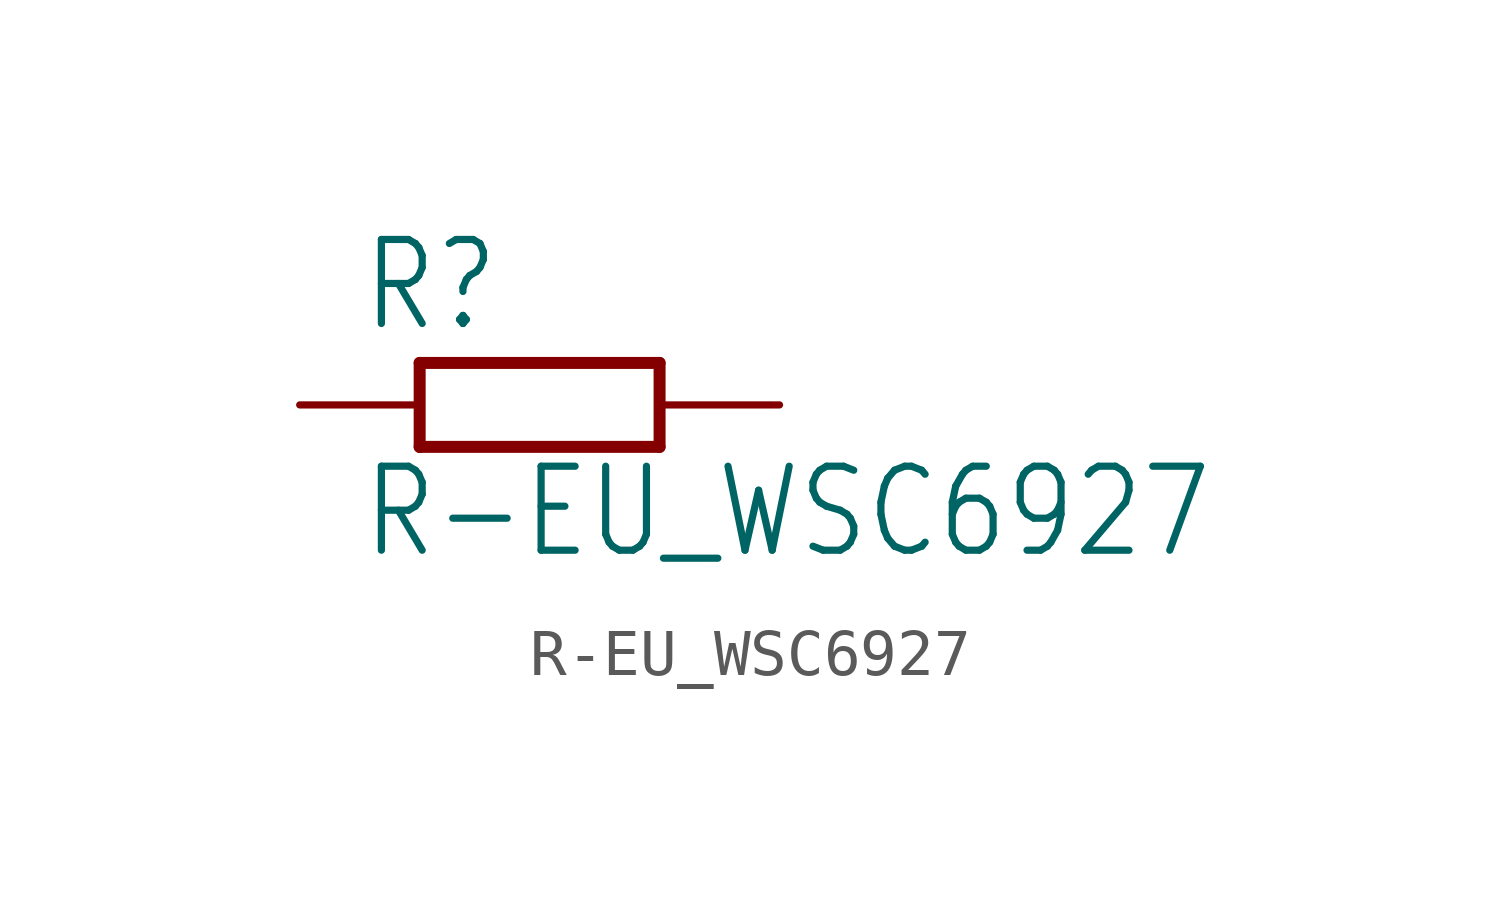
<source format=kicad_sym>
(kicad_symbol_lib
  (version 20201005)
  (generator kicad_symbol_editor)
  (symbol "R-EU_WSC6927"
    (property "Reference" "R"
      (at -3.81 1.499 0)
      (effects (font (size 1.778 1.511)) (justify left bottom)))
    (property "Value" "R-EU_WSC6927"
      (at -3.81 -3.302 0)
      (effects (font (size 1.778 1.511)) (justify left bottom)))
    (property "ki_locked" ""
      (at 0 0 0)
      (effects (font (size 1.27 1.27))))
    (symbol "R-EU_WSC6927_1_0"
      (polyline (pts (xy -2.54 -0.889) (xy 2.54 -0.889)) (stroke (width 0.254)) (fill (type none)))
      (polyline (pts (xy 2.54 0.889) (xy -2.54 0.889)) (stroke (width 0.254)) (fill (type none)))
      (polyline (pts (xy 2.54 -0.889) (xy 2.54 0.889)) (stroke (width 0.254)) (fill (type none)))
      (polyline (pts (xy -2.54 -0.889) (xy -2.54 0.889)) (stroke (width 0.254)) (fill (type none)))
      (pin passive line (at 5.08 0 180) (length 2.54) (name "2" (effects (font (size 0 0)))) (number "2" (effects (font (size 0 0)))))
      (pin passive line (at -5.08 0 0) (length 2.54) (name "1" (effects (font (size 0 0)))) (number "1" (effects (font (size 0 0))))))))
</source>
